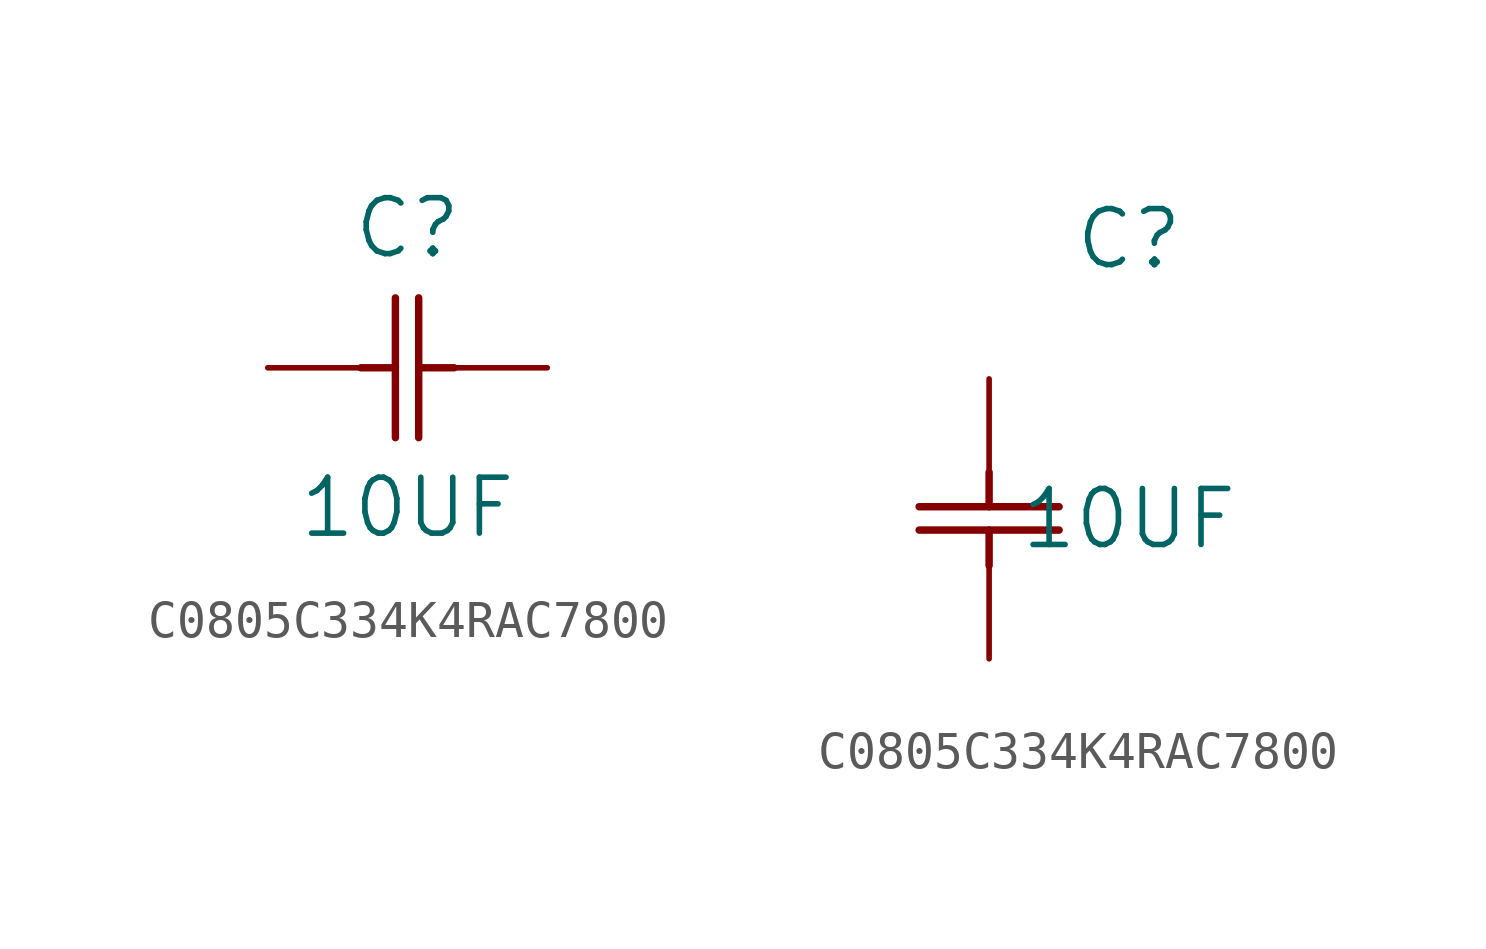
<source format=kicad_sym>
(kicad_symbol_lib
  (version 20231120)
  (generator "kicad_symbol_editor")
  (generator_version "8.0")
  (symbol "C0805C334K4RAC7800"
    (pin_numbers hide)
    (pin_names
      (offset 0.254) hide)
    (property "Reference" "C"
      (at 3.81 3.81 0)
      (effects (font (size 1.524 1.524))))
    (property "Value" "10UF"
      (at 3.81 -3.81 0)
      (effects (font (size 1.524 1.524))))
    (symbol "C0805C334K4RAC7800_1_1"
      (polyline (pts (xy 2.54 0) (xy 3.48 0)) (stroke (width 0.203) (type default)) (fill (type none)))
      (polyline (pts (xy 3.48 -1.905) (xy 3.48 1.905)) (stroke (width 0.203) (type default)) (fill (type none)))
      (polyline (pts (xy 4.115 -1.905) (xy 4.115 1.905)) (stroke (width 0.203) (type default)) (fill (type none)))
      (polyline (pts (xy 4.115 0) (xy 5.08 0)) (stroke (width 0.203) (type default)) (fill (type none)))
      (pin unspecified line (at 0 0 0) (length 2.54) (name "" (effects (font (size 1.27 1.27)))) (number "1" (effects (font (size 1.27 1.27)))))
      (pin unspecified line (at 7.62 0 180) (length 2.54) (name "" (effects (font (size 1.27 1.27)))) (number "2" (effects (font (size 1.27 1.27))))))
    (symbol "C0805C334K4RAC7800_1_2"
      (polyline (pts (xy -1.905 -4.115) (xy 1.905 -4.115)) (stroke (width 0.203) (type default)) (fill (type none)))
      (polyline (pts (xy -1.905 -3.48) (xy 1.905 -3.48)) (stroke (width 0.203) (type default)) (fill (type none)))
      (polyline (pts (xy 0 -4.115) (xy 0 -5.08)) (stroke (width 0.203) (type default)) (fill (type none)))
      (polyline (pts (xy 0 -2.54) (xy 0 -3.48)) (stroke (width 0.203) (type default)) (fill (type none)))
      (pin unspecified line (at 0 0 270) (length 2.54) (name "" (effects (font (size 1.27 1.27)))) (number "1" (effects (font (size 1.27 1.27)))))
      (pin unspecified line (at 0 -7.62 90) (length 2.54) (name "" (effects (font (size 1.27 1.27)))) (number "2" (effects (font (size 1.27 1.27))))))))
</source>
